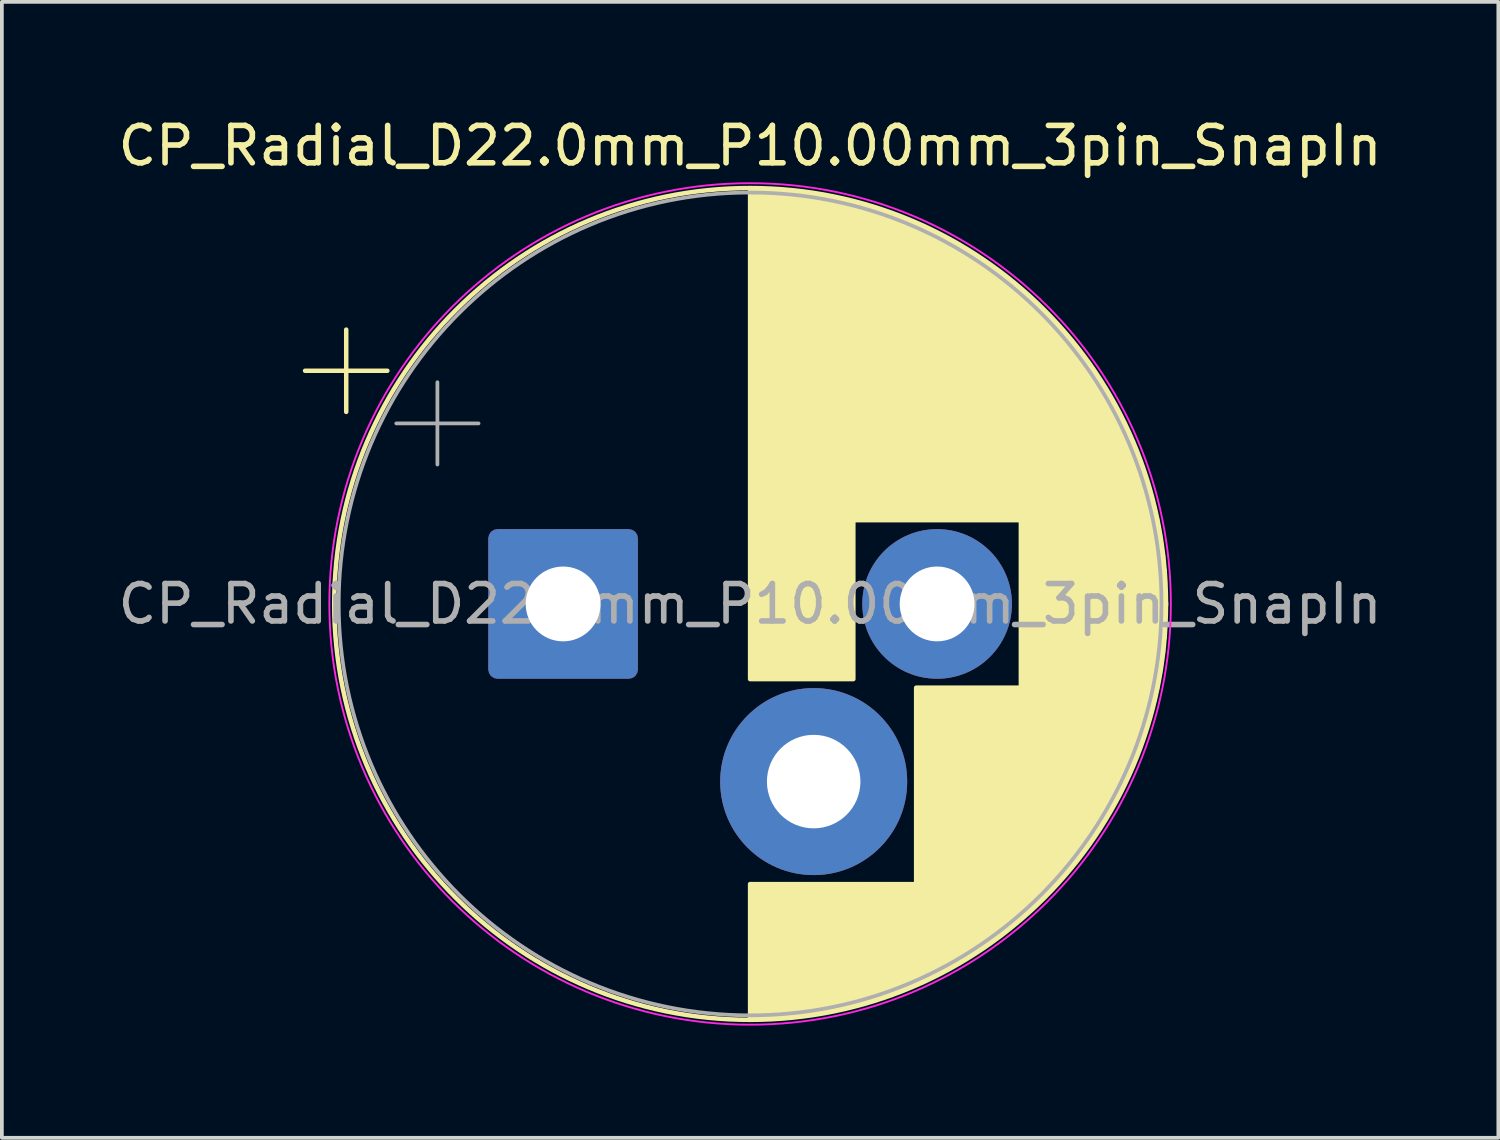
<source format=kicad_pcb>
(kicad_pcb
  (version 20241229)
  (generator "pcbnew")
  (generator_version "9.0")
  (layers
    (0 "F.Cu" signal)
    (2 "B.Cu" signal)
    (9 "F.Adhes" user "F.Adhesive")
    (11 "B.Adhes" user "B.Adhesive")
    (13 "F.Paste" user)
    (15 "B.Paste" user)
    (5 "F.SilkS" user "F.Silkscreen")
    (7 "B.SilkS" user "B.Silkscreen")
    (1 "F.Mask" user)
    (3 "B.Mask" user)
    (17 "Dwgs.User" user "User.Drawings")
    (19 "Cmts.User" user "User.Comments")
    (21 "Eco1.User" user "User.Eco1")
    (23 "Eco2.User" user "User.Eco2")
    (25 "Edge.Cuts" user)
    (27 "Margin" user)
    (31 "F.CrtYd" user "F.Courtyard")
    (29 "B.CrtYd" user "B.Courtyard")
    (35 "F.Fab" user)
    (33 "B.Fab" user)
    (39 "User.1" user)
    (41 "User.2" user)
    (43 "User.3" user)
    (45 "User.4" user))
  (footprint "CP_Radial_D22.0mm_P10.00mm_3pin_SnapIn"
    (layer "F.Cu")
    (at 12.006 13.098)
    (property "Reference" "CP_Radial_D22.0mm_P10.00mm_3pin_SnapIn" (at 5 -12.25 0) (layer "F.SilkS") (effects (font (size 1 1) (thickness 0.15))))
    (attr through_hole)
    (fp_line (start -6.899 -6.235) (end -4.699 -6.235) (stroke (width 0.12) (type solid)) (layer "F.SilkS"))
    (fp_line (start -5.799 -7.335) (end -5.799 -5.135) (stroke (width 0.12) (type solid)) (layer "F.SilkS"))
    (fp_line (start 5 -11.08) (end 5 2.01) (stroke (width 0.12) (type solid)) (layer "F.SilkS"))
    (fp_line (start 5 7.49) (end 5 11.08) (stroke (width 0.12) (type solid)) (layer "F.SilkS"))
    (fp_line (start 5.04 -11.08) (end 5.04 2.01) (stroke (width 0.12) (type solid)) (layer "F.SilkS"))
    (fp_line (start 5.04 7.49) (end 5.04 11.08) (stroke (width 0.12) (type solid)) (layer "F.SilkS"))
    (fp_line (start 5.08 -11.08) (end 5.08 2.01) (stroke (width 0.12) (type solid)) (layer "F.SilkS"))
    (fp_line (start 5.08 7.49) (end 5.08 11.08) (stroke (width 0.12) (type solid)) (layer "F.SilkS"))
    (fp_line (start 5.12 -11.079) (end 5.12 2.01) (stroke (width 0.12) (type solid)) (layer "F.SilkS"))
    (fp_line (start 5.12 7.49) (end 5.12 11.079) (stroke (width 0.12) (type solid)) (layer "F.SilkS"))
    (fp_line (start 5.16 -11.079) (end 5.16 2.01) (stroke (width 0.12) (type solid)) (layer "F.SilkS"))
    (fp_line (start 5.16 7.49) (end 5.16 11.079) (stroke (width 0.12) (type solid)) (layer "F.SilkS"))
    (fp_line (start 5.2 -11.078) (end 5.2 2.01) (stroke (width 0.12) (type solid)) (layer "F.SilkS"))
    (fp_line (start 5.2 7.49) (end 5.2 11.078) (stroke (width 0.12) (type solid)) (layer "F.SilkS"))
    (fp_line (start 5.24 -11.077) (end 5.24 2.01) (stroke (width 0.12) (type solid)) (layer "F.SilkS"))
    (fp_line (start 5.24 7.49) (end 5.24 11.077) (stroke (width 0.12) (type solid)) (layer "F.SilkS"))
    (fp_line (start 5.28 -11.076) (end 5.28 2.01) (stroke (width 0.12) (type solid)) (layer "F.SilkS"))
    (fp_line (start 5.28 7.49) (end 5.28 11.076) (stroke (width 0.12) (type solid)) (layer "F.SilkS"))
    (fp_line (start 5.32 -11.075) (end 5.32 2.01) (stroke (width 0.12) (type solid)) (layer "F.SilkS"))
    (fp_line (start 5.32 7.49) (end 5.32 11.075) (stroke (width 0.12) (type solid)) (layer "F.SilkS"))
    (fp_line (start 5.36 -11.074) (end 5.36 2.01) (stroke (width 0.12) (type solid)) (layer "F.SilkS"))
    (fp_line (start 5.36 7.49) (end 5.36 11.074) (stroke (width 0.12) (type solid)) (layer "F.SilkS"))
    (fp_line (start 5.4 -11.073) (end 5.4 2.01) (stroke (width 0.12) (type solid)) (layer "F.SilkS"))
    (fp_line (start 5.4 7.49) (end 5.4 11.073) (stroke (width 0.12) (type solid)) (layer "F.SilkS"))
    (fp_line (start 5.44 -11.071) (end 5.44 2.01) (stroke (width 0.12) (type solid)) (layer "F.SilkS"))
    (fp_line (start 5.44 7.49) (end 5.44 11.071) (stroke (width 0.12) (type solid)) (layer "F.SilkS"))
    (fp_line (start 5.48 -11.07) (end 5.48 2.01) (stroke (width 0.12) (type solid)) (layer "F.SilkS"))
    (fp_line (start 5.48 7.49) (end 5.48 11.07) (stroke (width 0.12) (type solid)) (layer "F.SilkS"))
    (fp_line (start 5.52 -11.068) (end 5.52 2.01) (stroke (width 0.12) (type solid)) (layer "F.SilkS"))
    (fp_line (start 5.52 7.49) (end 5.52 11.068) (stroke (width 0.12) (type solid)) (layer "F.SilkS"))
    (fp_line (start 5.56 -11.066) (end 5.56 2.01) (stroke (width 0.12) (type solid)) (layer "F.SilkS"))
    (fp_line (start 5.56 7.49) (end 5.56 11.066) (stroke (width 0.12) (type solid)) (layer "F.SilkS"))
    (fp_line (start 5.6 -11.064) (end 5.6 2.01) (stroke (width 0.12) (type solid)) (layer "F.SilkS"))
    (fp_line (start 5.6 7.49) (end 5.6 11.064) (stroke (width 0.12) (type solid)) (layer "F.SilkS"))
    (fp_line (start 5.64 -11.062) (end 5.64 2.01) (stroke (width 0.12) (type solid)) (layer "F.SilkS"))
    (fp_line (start 5.64 7.49) (end 5.64 11.062) (stroke (width 0.12) (type solid)) (layer "F.SilkS"))
    (fp_line (start 5.68 -11.059) (end 5.68 2.01) (stroke (width 0.12) (type solid)) (layer "F.SilkS"))
    (fp_line (start 5.68 7.49) (end 5.68 11.059) (stroke (width 0.12) (type solid)) (layer "F.SilkS"))
    (fp_line (start 5.72 -11.057) (end 5.72 2.01) (stroke (width 0.12) (type solid)) (layer "F.SilkS"))
    (fp_line (start 5.72 7.49) (end 5.72 11.057) (stroke (width 0.12) (type solid)) (layer "F.SilkS"))
    (fp_line (start 5.76 -11.054) (end 5.76 2.01) (stroke (width 0.12) (type solid)) (layer "F.SilkS"))
    (fp_line (start 5.76 7.49) (end 5.76 11.054) (stroke (width 0.12) (type solid)) (layer "F.SilkS"))
    (fp_line (start 5.8 -11.051) (end 5.8 2.01) (stroke (width 0.12) (type solid)) (layer "F.SilkS"))
    (fp_line (start 5.8 7.49) (end 5.8 11.051) (stroke (width 0.12) (type solid)) (layer "F.SilkS"))
    (fp_line (start 5.84 -11.048) (end 5.84 2.01) (stroke (width 0.12) (type solid)) (layer "F.SilkS"))
    (fp_line (start 5.84 7.49) (end 5.84 11.048) (stroke (width 0.12) (type solid)) (layer "F.SilkS"))
    (fp_line (start 5.88 -11.045) (end 5.88 2.01) (stroke (width 0.12) (type solid)) (layer "F.SilkS"))
    (fp_line (start 5.88 7.49) (end 5.88 11.045) (stroke (width 0.12) (type solid)) (layer "F.SilkS"))
    (fp_line (start 5.92 -11.042) (end 5.92 2.01) (stroke (width 0.12) (type solid)) (layer "F.SilkS"))
    (fp_line (start 5.92 7.49) (end 5.92 11.042) (stroke (width 0.12) (type solid)) (layer "F.SilkS"))
    (fp_line (start 5.96 -11.038) (end 5.96 2.01) (stroke (width 0.12) (type solid)) (layer "F.SilkS"))
    (fp_line (start 5.96 7.49) (end 5.96 11.038) (stroke (width 0.12) (type solid)) (layer "F.SilkS"))
    (fp_line (start 6 -11.035) (end 6 2.01) (stroke (width 0.12) (type solid)) (layer "F.SilkS"))
    (fp_line (start 6 7.49) (end 6 11.035) (stroke (width 0.12) (type solid)) (layer "F.SilkS"))
    (fp_line (start 6.04 -11.031) (end 6.04 2.01) (stroke (width 0.12) (type solid)) (layer "F.SilkS"))
    (fp_line (start 6.04 7.49) (end 6.04 11.031) (stroke (width 0.12) (type solid)) (layer "F.SilkS"))
    (fp_line (start 6.08 -11.027) (end 6.08 2.01) (stroke (width 0.12) (type solid)) (layer "F.SilkS"))
    (fp_line (start 6.08 7.49) (end 6.08 11.027) (stroke (width 0.12) (type solid)) (layer "F.SilkS"))
    (fp_line (start 6.12 -11.023) (end 6.12 2.01) (stroke (width 0.12) (type solid)) (layer "F.SilkS"))
    (fp_line (start 6.12 7.49) (end 6.12 11.023) (stroke (width 0.12) (type solid)) (layer "F.SilkS"))
    (fp_line (start 6.16 -11.019) (end 6.16 2.01) (stroke (width 0.12) (type solid)) (layer "F.SilkS"))
    (fp_line (start 6.16 7.49) (end 6.16 11.019) (stroke (width 0.12) (type solid)) (layer "F.SilkS"))
    (fp_line (start 6.2 -11.015) (end 6.2 2.01) (stroke (width 0.12) (type solid)) (layer "F.SilkS"))
    (fp_line (start 6.2 7.49) (end 6.2 11.015) (stroke (width 0.12) (type solid)) (layer "F.SilkS"))
    (fp_line (start 6.24 -11.011) (end 6.24 2.01) (stroke (width 0.12) (type solid)) (layer "F.SilkS"))
    (fp_line (start 6.24 7.49) (end 6.24 11.011) (stroke (width 0.12) (type solid)) (layer "F.SilkS"))
    (fp_line (start 6.28 -11.006) (end 6.28 2.01) (stroke (width 0.12) (type solid)) (layer "F.SilkS"))
    (fp_line (start 6.28 7.49) (end 6.28 11.006) (stroke (width 0.12) (type solid)) (layer "F.SilkS"))
    (fp_line (start 6.32 -11.001) (end 6.32 2.01) (stroke (width 0.12) (type solid)) (layer "F.SilkS"))
    (fp_line (start 6.32 7.49) (end 6.32 11.001) (stroke (width 0.12) (type solid)) (layer "F.SilkS"))
    (fp_line (start 6.36 -10.997) (end 6.36 2.01) (stroke (width 0.12) (type solid)) (layer "F.SilkS"))
    (fp_line (start 6.36 7.49) (end 6.36 10.997) (stroke (width 0.12) (type solid)) (layer "F.SilkS"))
    (fp_line (start 6.4 -10.992) (end 6.4 2.01) (stroke (width 0.12) (type solid)) (layer "F.SilkS"))
    (fp_line (start 6.4 7.49) (end 6.4 10.992) (stroke (width 0.12) (type solid)) (layer "F.SilkS"))
    (fp_line (start 6.44 -10.986) (end 6.44 2.01) (stroke (width 0.12) (type solid)) (layer "F.SilkS"))
    (fp_line (start 6.44 7.49) (end 6.44 10.986) (stroke (width 0.12) (type solid)) (layer "F.SilkS"))
    (fp_line (start 6.48 -10.981) (end 6.48 2.01) (stroke (width 0.12) (type solid)) (layer "F.SilkS"))
    (fp_line (start 6.48 7.49) (end 6.48 10.981) (stroke (width 0.12) (type solid)) (layer "F.SilkS"))
    (fp_line (start 6.52 -10.976) (end 6.52 2.01) (stroke (width 0.12) (type solid)) (layer "F.SilkS"))
    (fp_line (start 6.52 7.49) (end 6.52 10.976) (stroke (width 0.12) (type solid)) (layer "F.SilkS"))
    (fp_line (start 6.56 -10.97) (end 6.56 2.01) (stroke (width 0.12) (type solid)) (layer "F.SilkS"))
    (fp_line (start 6.56 7.49) (end 6.56 10.97) (stroke (width 0.12) (type solid)) (layer "F.SilkS"))
    (fp_line (start 6.6 -10.964) (end 6.6 2.01) (stroke (width 0.12) (type solid)) (layer "F.SilkS"))
    (fp_line (start 6.6 7.49) (end 6.6 10.964) (stroke (width 0.12) (type solid)) (layer "F.SilkS"))
    (fp_line (start 6.64 -10.958) (end 6.64 2.01) (stroke (width 0.12) (type solid)) (layer "F.SilkS"))
    (fp_line (start 6.64 7.49) (end 6.64 10.958) (stroke (width 0.12) (type solid)) (layer "F.SilkS"))
    (fp_line (start 6.68 -10.952) (end 6.68 2.01) (stroke (width 0.12) (type solid)) (layer "F.SilkS"))
    (fp_line (start 6.68 7.49) (end 6.68 10.952) (stroke (width 0.12) (type solid)) (layer "F.SilkS"))
    (fp_line (start 6.72 -10.946) (end 6.72 2.01) (stroke (width 0.12) (type solid)) (layer "F.SilkS"))
    (fp_line (start 6.72 7.49) (end 6.72 10.946) (stroke (width 0.12) (type solid)) (layer "F.SilkS"))
    (fp_line (start 6.76 -10.94) (end 6.76 2.01) (stroke (width 0.12) (type solid)) (layer "F.SilkS"))
    (fp_line (start 6.76 7.49) (end 6.76 10.94) (stroke (width 0.12) (type solid)) (layer "F.SilkS"))
    (fp_line (start 6.8 -10.933) (end 6.8 2.01) (stroke (width 0.12) (type solid)) (layer "F.SilkS"))
    (fp_line (start 6.8 7.49) (end 6.8 10.933) (stroke (width 0.12) (type solid)) (layer "F.SilkS"))
    (fp_line (start 6.84 -10.927) (end 6.84 2.01) (stroke (width 0.12) (type solid)) (layer "F.SilkS"))
    (fp_line (start 6.84 7.49) (end 6.84 10.927) (stroke (width 0.12) (type solid)) (layer "F.SilkS"))
    (fp_line (start 6.88 -10.92) (end 6.88 2.01) (stroke (width 0.12) (type solid)) (layer "F.SilkS"))
    (fp_line (start 6.88 7.49) (end 6.88 10.92) (stroke (width 0.12) (type solid)) (layer "F.SilkS"))
    (fp_line (start 6.92 -10.913) (end 6.92 2.01) (stroke (width 0.12) (type solid)) (layer "F.SilkS"))
    (fp_line (start 6.92 7.49) (end 6.92 10.913) (stroke (width 0.12) (type solid)) (layer "F.SilkS"))
    (fp_line (start 6.96 -10.906) (end 6.96 2.01) (stroke (width 0.12) (type solid)) (layer "F.SilkS"))
    (fp_line (start 6.96 7.49) (end 6.96 10.906) (stroke (width 0.12) (type solid)) (layer "F.SilkS"))
    (fp_line (start 7 -10.899) (end 7 2.01) (stroke (width 0.12) (type solid)) (layer "F.SilkS"))
    (fp_line (start 7 7.49) (end 7 10.899) (stroke (width 0.12) (type solid)) (layer "F.SilkS"))
    (fp_line (start 7.04 -10.891) (end 7.04 2.01) (stroke (width 0.12) (type solid)) (layer "F.SilkS"))
    (fp_line (start 7.04 7.49) (end 7.04 10.891) (stroke (width 0.12) (type solid)) (layer "F.SilkS"))
    (fp_line (start 7.08 -10.884) (end 7.08 2.01) (stroke (width 0.12) (type solid)) (layer "F.SilkS"))
    (fp_line (start 7.08 7.49) (end 7.08 10.884) (stroke (width 0.12) (type solid)) (layer "F.SilkS"))
    (fp_line (start 7.12 -10.876) (end 7.12 2.01) (stroke (width 0.12) (type solid)) (layer "F.SilkS"))
    (fp_line (start 7.12 7.49) (end 7.12 10.876) (stroke (width 0.12) (type solid)) (layer "F.SilkS"))
    (fp_line (start 7.16 -10.868) (end 7.16 2.01) (stroke (width 0.12) (type solid)) (layer "F.SilkS"))
    (fp_line (start 7.16 7.49) (end 7.16 10.868) (stroke (width 0.12) (type solid)) (layer "F.SilkS"))
    (fp_line (start 7.2 -10.86) (end 7.2 2.01) (stroke (width 0.12) (type solid)) (layer "F.SilkS"))
    (fp_line (start 7.2 7.49) (end 7.2 10.86) (stroke (width 0.12) (type solid)) (layer "F.SilkS"))
    (fp_line (start 7.24 -10.852) (end 7.24 2.01) (stroke (width 0.12) (type solid)) (layer "F.SilkS"))
    (fp_line (start 7.24 7.49) (end 7.24 10.852) (stroke (width 0.12) (type solid)) (layer "F.SilkS"))
    (fp_line (start 7.28 -10.844) (end 7.28 2.01) (stroke (width 0.12) (type solid)) (layer "F.SilkS"))
    (fp_line (start 7.28 7.49) (end 7.28 10.844) (stroke (width 0.12) (type solid)) (layer "F.SilkS"))
    (fp_line (start 7.32 -10.835) (end 7.32 2.01) (stroke (width 0.12) (type solid)) (layer "F.SilkS"))
    (fp_line (start 7.32 7.49) (end 7.32 10.835) (stroke (width 0.12) (type solid)) (layer "F.SilkS"))
    (fp_line (start 7.36 -10.827) (end 7.36 2.01) (stroke (width 0.12) (type solid)) (layer "F.SilkS"))
    (fp_line (start 7.36 7.49) (end 7.36 10.827) (stroke (width 0.12) (type solid)) (layer "F.SilkS"))
    (fp_line (start 7.4 -10.818) (end 7.4 2.01) (stroke (width 0.12) (type solid)) (layer "F.SilkS"))
    (fp_line (start 7.4 7.49) (end 7.4 10.818) (stroke (width 0.12) (type solid)) (layer "F.SilkS"))
    (fp_line (start 7.44 -10.809) (end 7.44 2.01) (stroke (width 0.12) (type solid)) (layer "F.SilkS"))
    (fp_line (start 7.44 7.49) (end 7.44 10.809) (stroke (width 0.12) (type solid)) (layer "F.SilkS"))
    (fp_line (start 7.48 -10.8) (end 7.48 2.01) (stroke (width 0.12) (type solid)) (layer "F.SilkS"))
    (fp_line (start 7.48 7.49) (end 7.48 10.8) (stroke (width 0.12) (type solid)) (layer "F.SilkS"))
    (fp_line (start 7.52 -10.791) (end 7.52 2.01) (stroke (width 0.12) (type solid)) (layer "F.SilkS"))
    (fp_line (start 7.52 7.49) (end 7.52 10.791) (stroke (width 0.12) (type solid)) (layer "F.SilkS"))
    (fp_line (start 7.56 -10.781) (end 7.56 2.01) (stroke (width 0.12) (type solid)) (layer "F.SilkS"))
    (fp_line (start 7.56 7.49) (end 7.56 10.781) (stroke (width 0.12) (type solid)) (layer "F.SilkS"))
    (fp_line (start 7.6 -10.772) (end 7.6 2.01) (stroke (width 0.12) (type solid)) (layer "F.SilkS"))
    (fp_line (start 7.6 7.49) (end 7.6 10.772) (stroke (width 0.12) (type solid)) (layer "F.SilkS"))
    (fp_line (start 7.64 -10.762) (end 7.64 2.01) (stroke (width 0.12) (type solid)) (layer "F.SilkS"))
    (fp_line (start 7.64 7.49) (end 7.64 10.762) (stroke (width 0.12) (type solid)) (layer "F.SilkS"))
    (fp_line (start 7.68 -10.752) (end 7.68 2.01) (stroke (width 0.12) (type solid)) (layer "F.SilkS"))
    (fp_line (start 7.68 7.49) (end 7.68 10.752) (stroke (width 0.12) (type solid)) (layer "F.SilkS"))
    (fp_line (start 7.72 -10.742) (end 7.72 2.01) (stroke (width 0.12) (type solid)) (layer "F.SilkS"))
    (fp_line (start 7.72 7.49) (end 7.72 10.742) (stroke (width 0.12) (type solid)) (layer "F.SilkS"))
    (fp_line (start 7.76 -10.732) (end 7.76 2.01) (stroke (width 0.12) (type solid)) (layer "F.SilkS"))
    (fp_line (start 7.76 7.49) (end 7.76 10.732) (stroke (width 0.12) (type solid)) (layer "F.SilkS"))
    (fp_line (start 7.8 -10.722) (end 7.8 -2.24) (stroke (width 0.12) (type solid)) (layer "F.SilkS"))
    (fp_line (start 7.8 7.49) (end 7.8 10.722) (stroke (width 0.12) (type solid)) (layer "F.SilkS"))
    (fp_line (start 7.84 -10.711) (end 7.84 -2.24) (stroke (width 0.12) (type solid)) (layer "F.SilkS"))
    (fp_line (start 7.84 7.49) (end 7.84 10.711) (stroke (width 0.12) (type solid)) (layer "F.SilkS"))
    (fp_line (start 7.88 -10.701) (end 7.88 -2.24) (stroke (width 0.12) (type solid)) (layer "F.SilkS"))
    (fp_line (start 7.88 7.49) (end 7.88 10.701) (stroke (width 0.12) (type solid)) (layer "F.SilkS"))
    (fp_line (start 7.92 -10.69) (end 7.92 -2.24) (stroke (width 0.12) (type solid)) (layer "F.SilkS"))
    (fp_line (start 7.92 7.49) (end 7.92 10.69) (stroke (width 0.12) (type solid)) (layer "F.SilkS"))
    (fp_line (start 7.96 -10.679) (end 7.96 -2.24) (stroke (width 0.12) (type solid)) (layer "F.SilkS"))
    (fp_line (start 7.96 7.49) (end 7.96 10.679) (stroke (width 0.12) (type solid)) (layer "F.SilkS"))
    (fp_line (start 8 -10.668) (end 8 -2.24) (stroke (width 0.12) (type solid)) (layer "F.SilkS"))
    (fp_line (start 8 7.49) (end 8 10.668) (stroke (width 0.12) (type solid)) (layer "F.SilkS"))
    (fp_line (start 8.04 -10.656) (end 8.04 -2.24) (stroke (width 0.12) (type solid)) (layer "F.SilkS"))
    (fp_line (start 8.04 7.49) (end 8.04 10.656) (stroke (width 0.12) (type solid)) (layer "F.SilkS"))
    (fp_line (start 8.08 -10.645) (end 8.08 -2.24) (stroke (width 0.12) (type solid)) (layer "F.SilkS"))
    (fp_line (start 8.08 7.49) (end 8.08 10.645) (stroke (width 0.12) (type solid)) (layer "F.SilkS"))
    (fp_line (start 8.12 -10.633) (end 8.12 -2.24) (stroke (width 0.12) (type solid)) (layer "F.SilkS"))
    (fp_line (start 8.12 7.49) (end 8.12 10.633) (stroke (width 0.12) (type solid)) (layer "F.SilkS"))
    (fp_line (start 8.16 -10.622) (end 8.16 -2.24) (stroke (width 0.12) (type solid)) (layer "F.SilkS"))
    (fp_line (start 8.16 7.49) (end 8.16 10.622) (stroke (width 0.12) (type solid)) (layer "F.SilkS"))
    (fp_line (start 8.2 -10.61) (end 8.2 -2.24) (stroke (width 0.12) (type solid)) (layer "F.SilkS"))
    (fp_line (start 8.2 7.49) (end 8.2 10.61) (stroke (width 0.12) (type solid)) (layer "F.SilkS"))
    (fp_line (start 8.24 -10.598) (end 8.24 -2.24) (stroke (width 0.12) (type solid)) (layer "F.SilkS"))
    (fp_line (start 8.24 7.49) (end 8.24 10.598) (stroke (width 0.12) (type solid)) (layer "F.SilkS"))
    (fp_line (start 8.28 -10.585) (end 8.28 -2.24) (stroke (width 0.12) (type solid)) (layer "F.SilkS"))
    (fp_line (start 8.28 7.49) (end 8.28 10.585) (stroke (width 0.12) (type solid)) (layer "F.SilkS"))
    (fp_line (start 8.32 -10.573) (end 8.32 -2.24) (stroke (width 0.12) (type solid)) (layer "F.SilkS"))
    (fp_line (start 8.32 7.49) (end 8.32 10.573) (stroke (width 0.12) (type solid)) (layer "F.SilkS"))
    (fp_line (start 8.36 -10.56) (end 8.36 -2.24) (stroke (width 0.12) (type solid)) (layer "F.SilkS"))
    (fp_line (start 8.36 7.49) (end 8.36 10.56) (stroke (width 0.12) (type solid)) (layer "F.SilkS"))
    (fp_line (start 8.4 -10.547) (end 8.4 -2.24) (stroke (width 0.12) (type solid)) (layer "F.SilkS"))
    (fp_line (start 8.4 7.49) (end 8.4 10.547) (stroke (width 0.12) (type solid)) (layer "F.SilkS"))
    (fp_line (start 8.44 -10.535) (end 8.44 -2.24) (stroke (width 0.12) (type solid)) (layer "F.SilkS"))
    (fp_line (start 8.44 7.49) (end 8.44 10.535) (stroke (width 0.12) (type solid)) (layer "F.SilkS"))
    (fp_line (start 8.48 -10.521) (end 8.48 -2.24) (stroke (width 0.12) (type solid)) (layer "F.SilkS"))
    (fp_line (start 8.48 7.49) (end 8.48 10.521) (stroke (width 0.12) (type solid)) (layer "F.SilkS"))
    (fp_line (start 8.52 -10.508) (end 8.52 -2.24) (stroke (width 0.12) (type solid)) (layer "F.SilkS"))
    (fp_line (start 8.52 7.49) (end 8.52 10.508) (stroke (width 0.12) (type solid)) (layer "F.SilkS"))
    (fp_line (start 8.56 -10.495) (end 8.56 -2.24) (stroke (width 0.12) (type solid)) (layer "F.SilkS"))
    (fp_line (start 8.56 7.49) (end 8.56 10.495) (stroke (width 0.12) (type solid)) (layer "F.SilkS"))
    (fp_line (start 8.6 -10.481) (end 8.6 -2.24) (stroke (width 0.12) (type solid)) (layer "F.SilkS"))
    (fp_line (start 8.6 7.49) (end 8.6 10.481) (stroke (width 0.12) (type solid)) (layer "F.SilkS"))
    (fp_line (start 8.64 -10.467) (end 8.64 -2.24) (stroke (width 0.12) (type solid)) (layer "F.SilkS"))
    (fp_line (start 8.64 7.49) (end 8.64 10.467) (stroke (width 0.12) (type solid)) (layer "F.SilkS"))
    (fp_line (start 8.68 -10.453) (end 8.68 -2.24) (stroke (width 0.12) (type solid)) (layer "F.SilkS"))
    (fp_line (start 8.68 7.49) (end 8.68 10.453) (stroke (width 0.12) (type solid)) (layer "F.SilkS"))
    (fp_line (start 8.72 -10.439) (end 8.72 -2.24) (stroke (width 0.12) (type solid)) (layer "F.SilkS"))
    (fp_line (start 8.72 7.49) (end 8.72 10.439) (stroke (width 0.12) (type solid)) (layer "F.SilkS"))
    (fp_line (start 8.76 -10.425) (end 8.76 -2.24) (stroke (width 0.12) (type solid)) (layer "F.SilkS"))
    (fp_line (start 8.76 7.49) (end 8.76 10.425) (stroke (width 0.12) (type solid)) (layer "F.SilkS"))
    (fp_line (start 8.8 -10.411) (end 8.8 -2.24) (stroke (width 0.12) (type solid)) (layer "F.SilkS"))
    (fp_line (start 8.8 7.49) (end 8.8 10.411) (stroke (width 0.12) (type solid)) (layer "F.SilkS"))
    (fp_line (start 8.84 -10.396) (end 8.84 -2.24) (stroke (width 0.12) (type solid)) (layer "F.SilkS"))
    (fp_line (start 8.84 7.49) (end 8.84 10.396) (stroke (width 0.12) (type solid)) (layer "F.SilkS"))
    (fp_line (start 8.88 -10.381) (end 8.88 -2.24) (stroke (width 0.12) (type solid)) (layer "F.SilkS"))
    (fp_line (start 8.88 7.49) (end 8.88 10.381) (stroke (width 0.12) (type solid)) (layer "F.SilkS"))
    (fp_line (start 8.92 -10.366) (end 8.92 -2.24) (stroke (width 0.12) (type solid)) (layer "F.SilkS"))
    (fp_line (start 8.92 7.49) (end 8.92 10.366) (stroke (width 0.12) (type solid)) (layer "F.SilkS"))
    (fp_line (start 8.96 -10.351) (end 8.96 -2.24) (stroke (width 0.12) (type solid)) (layer "F.SilkS"))
    (fp_line (start 8.96 7.49) (end 8.96 10.351) (stroke (width 0.12) (type solid)) (layer "F.SilkS"))
    (fp_line (start 9 -10.336) (end 9 -2.24) (stroke (width 0.12) (type solid)) (layer "F.SilkS"))
    (fp_line (start 9 7.49) (end 9 10.336) (stroke (width 0.12) (type solid)) (layer "F.SilkS"))
    (fp_line (start 9.04 -10.32) (end 9.04 -2.24) (stroke (width 0.12) (type solid)) (layer "F.SilkS"))
    (fp_line (start 9.04 7.49) (end 9.04 10.32) (stroke (width 0.12) (type solid)) (layer "F.SilkS"))
    (fp_line (start 9.08 -10.304) (end 9.08 -2.24) (stroke (width 0.12) (type solid)) (layer "F.SilkS"))
    (fp_line (start 9.08 7.49) (end 9.08 10.304) (stroke (width 0.12) (type solid)) (layer "F.SilkS"))
    (fp_line (start 9.12 -10.289) (end 9.12 -2.24) (stroke (width 0.12) (type solid)) (layer "F.SilkS"))
    (fp_line (start 9.12 7.49) (end 9.12 10.289) (stroke (width 0.12) (type solid)) (layer "F.SilkS"))
    (fp_line (start 9.16 -10.273) (end 9.16 -2.24) (stroke (width 0.12) (type solid)) (layer "F.SilkS"))
    (fp_line (start 9.16 7.49) (end 9.16 10.273) (stroke (width 0.12) (type solid)) (layer "F.SilkS"))
    (fp_line (start 9.2 -10.256) (end 9.2 -2.24) (stroke (width 0.12) (type solid)) (layer "F.SilkS"))
    (fp_line (start 9.2 7.49) (end 9.2 10.256) (stroke (width 0.12) (type solid)) (layer "F.SilkS"))
    (fp_line (start 9.24 -10.24) (end 9.24 -2.24) (stroke (width 0.12) (type solid)) (layer "F.SilkS"))
    (fp_line (start 9.24 7.49) (end 9.24 10.24) (stroke (width 0.12) (type solid)) (layer "F.SilkS"))
    (fp_line (start 9.28 -10.223) (end 9.28 -2.24) (stroke (width 0.12) (type solid)) (layer "F.SilkS"))
    (fp_line (start 9.28 7.49) (end 9.28 10.223) (stroke (width 0.12) (type solid)) (layer "F.SilkS"))
    (fp_line (start 9.32 -10.207) (end 9.32 -2.24) (stroke (width 0.12) (type solid)) (layer "F.SilkS"))
    (fp_line (start 9.32 7.49) (end 9.32 10.207) (stroke (width 0.12) (type solid)) (layer "F.SilkS"))
    (fp_line (start 9.36 -10.19) (end 9.36 -2.24) (stroke (width 0.12) (type solid)) (layer "F.SilkS"))
    (fp_line (start 9.36 7.49) (end 9.36 10.19) (stroke (width 0.12) (type solid)) (layer "F.SilkS"))
    (fp_line (start 9.4 -10.172) (end 9.4 -2.24) (stroke (width 0.12) (type solid)) (layer "F.SilkS"))
    (fp_line (start 9.4 7.49) (end 9.4 10.172) (stroke (width 0.12) (type solid)) (layer "F.SilkS"))
    (fp_line (start 9.44 -10.155) (end 9.44 -2.24) (stroke (width 0.12) (type solid)) (layer "F.SilkS"))
    (fp_line (start 9.44 2.24) (end 9.44 10.155) (stroke (width 0.12) (type solid)) (layer "F.SilkS"))
    (fp_line (start 9.48 -10.138) (end 9.48 -2.24) (stroke (width 0.12) (type solid)) (layer "F.SilkS"))
    (fp_line (start 9.48 2.24) (end 9.48 10.138) (stroke (width 0.12) (type solid)) (layer "F.SilkS"))
    (fp_line (start 9.52 -10.12) (end 9.52 -2.24) (stroke (width 0.12) (type solid)) (layer "F.SilkS"))
    (fp_line (start 9.52 2.24) (end 9.52 10.12) (stroke (width 0.12) (type solid)) (layer "F.SilkS"))
    (fp_line (start 9.56 -10.102) (end 9.56 -2.24) (stroke (width 0.12) (type solid)) (layer "F.SilkS"))
    (fp_line (start 9.56 2.24) (end 9.56 10.102) (stroke (width 0.12) (type solid)) (layer "F.SilkS"))
    (fp_line (start 9.6 -10.084) (end 9.6 -2.24) (stroke (width 0.12) (type solid)) (layer "F.SilkS"))
    (fp_line (start 9.6 2.24) (end 9.6 10.084) (stroke (width 0.12) (type solid)) (layer "F.SilkS"))
    (fp_line (start 9.64 -10.066) (end 9.64 -2.24) (stroke (width 0.12) (type solid)) (layer "F.SilkS"))
    (fp_line (start 9.64 2.24) (end 9.64 10.066) (stroke (width 0.12) (type solid)) (layer "F.SilkS"))
    (fp_line (start 9.68 -10.047) (end 9.68 -2.24) (stroke (width 0.12) (type solid)) (layer "F.SilkS"))
    (fp_line (start 9.68 2.24) (end 9.68 10.047) (stroke (width 0.12) (type solid)) (layer "F.SilkS"))
    (fp_line (start 9.72 -10.029) (end 9.72 -2.24) (stroke (width 0.12) (type solid)) (layer "F.SilkS"))
    (fp_line (start 9.72 2.24) (end 9.72 10.029) (stroke (width 0.12) (type solid)) (layer "F.SilkS"))
    (fp_line (start 9.76 -10.01) (end 9.76 -2.24) (stroke (width 0.12) (type solid)) (layer "F.SilkS"))
    (fp_line (start 9.76 2.24) (end 9.76 10.01) (stroke (width 0.12) (type solid)) (layer "F.SilkS"))
    (fp_line (start 9.8 -9.991) (end 9.8 -2.24) (stroke (width 0.12) (type solid)) (layer "F.SilkS"))
    (fp_line (start 9.8 2.24) (end 9.8 9.991) (stroke (width 0.12) (type solid)) (layer "F.SilkS"))
    (fp_line (start 9.84 -9.971) (end 9.84 -2.24) (stroke (width 0.12) (type solid)) (layer "F.SilkS"))
    (fp_line (start 9.84 2.24) (end 9.84 9.971) (stroke (width 0.12) (type solid)) (layer "F.SilkS"))
    (fp_line (start 9.88 -9.952) (end 9.88 -2.24) (stroke (width 0.12) (type solid)) (layer "F.SilkS"))
    (fp_line (start 9.88 2.24) (end 9.88 9.952) (stroke (width 0.12) (type solid)) (layer "F.SilkS"))
    (fp_line (start 9.92 -9.932) (end 9.92 -2.24) (stroke (width 0.12) (type solid)) (layer "F.SilkS"))
    (fp_line (start 9.92 2.24) (end 9.92 9.932) (stroke (width 0.12) (type solid)) (layer "F.SilkS"))
    (fp_line (start 9.96 -9.913) (end 9.96 -2.24) (stroke (width 0.12) (type solid)) (layer "F.SilkS"))
    (fp_line (start 9.96 2.24) (end 9.96 9.913) (stroke (width 0.12) (type solid)) (layer "F.SilkS"))
    (fp_line (start 10 -9.892) (end 10 -2.24) (stroke (width 0.12) (type solid)) (layer "F.SilkS"))
    (fp_line (start 10 2.24) (end 10 9.892) (stroke (width 0.12) (type solid)) (layer "F.SilkS"))
    (fp_line (start 10.04 -9.872) (end 10.04 -2.24) (stroke (width 0.12) (type solid)) (layer "F.SilkS"))
    (fp_line (start 10.04 2.24) (end 10.04 9.872) (stroke (width 0.12) (type solid)) (layer "F.SilkS"))
    (fp_line (start 10.08 -9.852) (end 10.08 -2.24) (stroke (width 0.12) (type solid)) (layer "F.SilkS"))
    (fp_line (start 10.08 2.24) (end 10.08 9.852) (stroke (width 0.12) (type solid)) (layer "F.SilkS"))
    (fp_line (start 10.12 -9.831) (end 10.12 -2.24) (stroke (width 0.12) (type solid)) (layer "F.SilkS"))
    (fp_line (start 10.12 2.24) (end 10.12 9.831) (stroke (width 0.12) (type solid)) (layer "F.SilkS"))
    (fp_line (start 10.16 -9.81) (end 10.16 -2.24) (stroke (width 0.12) (type solid)) (layer "F.SilkS"))
    (fp_line (start 10.16 2.24) (end 10.16 9.81) (stroke (width 0.12) (type solid)) (layer "F.SilkS"))
    (fp_line (start 10.2 -9.789) (end 10.2 -2.24) (stroke (width 0.12) (type solid)) (layer "F.SilkS"))
    (fp_line (start 10.2 2.24) (end 10.2 9.789) (stroke (width 0.12) (type solid)) (layer "F.SilkS"))
    (fp_line (start 10.24 -9.768) (end 10.24 -2.24) (stroke (width 0.12) (type solid)) (layer "F.SilkS"))
    (fp_line (start 10.24 2.24) (end 10.24 9.768) (stroke (width 0.12) (type solid)) (layer "F.SilkS"))
    (fp_line (start 10.28 -9.747) (end 10.28 -2.24) (stroke (width 0.12) (type solid)) (layer "F.SilkS"))
    (fp_line (start 10.28 2.24) (end 10.28 9.747) (stroke (width 0.12) (type solid)) (layer "F.SilkS"))
    (fp_line (start 10.32 -9.725) (end 10.32 -2.24) (stroke (width 0.12) (type solid)) (layer "F.SilkS"))
    (fp_line (start 10.32 2.24) (end 10.32 9.725) (stroke (width 0.12) (type solid)) (layer "F.SilkS"))
    (fp_line (start 10.36 -9.703) (end 10.36 -2.24) (stroke (width 0.12) (type solid)) (layer "F.SilkS"))
    (fp_line (start 10.36 2.24) (end 10.36 9.703) (stroke (width 0.12) (type solid)) (layer "F.SilkS"))
    (fp_line (start 10.4 -9.681) (end 10.4 -2.24) (stroke (width 0.12) (type solid)) (layer "F.SilkS"))
    (fp_line (start 10.4 2.24) (end 10.4 9.681) (stroke (width 0.12) (type solid)) (layer "F.SilkS"))
    (fp_line (start 10.44 -9.658) (end 10.44 -2.24) (stroke (width 0.12) (type solid)) (layer "F.SilkS"))
    (fp_line (start 10.44 2.24) (end 10.44 9.658) (stroke (width 0.12) (type solid)) (layer "F.SilkS"))
    (fp_line (start 10.48 -9.636) (end 10.48 -2.24) (stroke (width 0.12) (type solid)) (layer "F.SilkS"))
    (fp_line (start 10.48 2.24) (end 10.48 9.636) (stroke (width 0.12) (type solid)) (layer "F.SilkS"))
    (fp_line (start 10.52 -9.613) (end 10.52 -2.24) (stroke (width 0.12) (type solid)) (layer "F.SilkS"))
    (fp_line (start 10.52 2.24) (end 10.52 9.613) (stroke (width 0.12) (type solid)) (layer "F.SilkS"))
    (fp_line (start 10.56 -9.59) (end 10.56 -2.24) (stroke (width 0.12) (type solid)) (layer "F.SilkS"))
    (fp_line (start 10.56 2.24) (end 10.56 9.59) (stroke (width 0.12) (type solid)) (layer "F.SilkS"))
    (fp_line (start 10.6 -9.567) (end 10.6 -2.24) (stroke (width 0.12) (type solid)) (layer "F.SilkS"))
    (fp_line (start 10.6 2.24) (end 10.6 9.567) (stroke (width 0.12) (type solid)) (layer "F.SilkS"))
    (fp_line (start 10.64 -9.544) (end 10.64 -2.24) (stroke (width 0.12) (type solid)) (layer "F.SilkS"))
    (fp_line (start 10.64 2.24) (end 10.64 9.544) (stroke (width 0.12) (type solid)) (layer "F.SilkS"))
    (fp_line (start 10.68 -9.52) (end 10.68 -2.24) (stroke (width 0.12) (type solid)) (layer "F.SilkS"))
    (fp_line (start 10.68 2.24) (end 10.68 9.52) (stroke (width 0.12) (type solid)) (layer "F.SilkS"))
    (fp_line (start 10.72 -9.496) (end 10.72 -2.24) (stroke (width 0.12) (type solid)) (layer "F.SilkS"))
    (fp_line (start 10.72 2.24) (end 10.72 9.496) (stroke (width 0.12) (type solid)) (layer "F.SilkS"))
    (fp_line (start 10.76 -9.472) (end 10.76 -2.24) (stroke (width 0.12) (type solid)) (layer "F.SilkS"))
    (fp_line (start 10.76 2.24) (end 10.76 9.472) (stroke (width 0.12) (type solid)) (layer "F.SilkS"))
    (fp_line (start 10.8 -9.448) (end 10.8 -2.24) (stroke (width 0.12) (type solid)) (layer "F.SilkS"))
    (fp_line (start 10.8 2.24) (end 10.8 9.448) (stroke (width 0.12) (type solid)) (layer "F.SilkS"))
    (fp_line (start 10.84 -9.423) (end 10.84 -2.24) (stroke (width 0.12) (type solid)) (layer "F.SilkS"))
    (fp_line (start 10.84 2.24) (end 10.84 9.423) (stroke (width 0.12) (type solid)) (layer "F.SilkS"))
    (fp_line (start 10.88 -9.398) (end 10.88 -2.24) (stroke (width 0.12) (type solid)) (layer "F.SilkS"))
    (fp_line (start 10.88 2.24) (end 10.88 9.398) (stroke (width 0.12) (type solid)) (layer "F.SilkS"))
    (fp_line (start 10.92 -9.373) (end 10.92 -2.24) (stroke (width 0.12) (type solid)) (layer "F.SilkS"))
    (fp_line (start 10.92 2.24) (end 10.92 9.373) (stroke (width 0.12) (type solid)) (layer "F.SilkS"))
    (fp_line (start 10.96 -9.348) (end 10.96 -2.24) (stroke (width 0.12) (type solid)) (layer "F.SilkS"))
    (fp_line (start 10.96 2.24) (end 10.96 9.348) (stroke (width 0.12) (type solid)) (layer "F.SilkS"))
    (fp_line (start 11 -9.322) (end 11 -2.24) (stroke (width 0.12) (type solid)) (layer "F.SilkS"))
    (fp_line (start 11 2.24) (end 11 9.322) (stroke (width 0.12) (type solid)) (layer "F.SilkS"))
    (fp_line (start 11.04 -9.297) (end 11.04 -2.24) (stroke (width 0.12) (type solid)) (layer "F.SilkS"))
    (fp_line (start 11.04 2.24) (end 11.04 9.297) (stroke (width 0.12) (type solid)) (layer "F.SilkS"))
    (fp_line (start 11.08 -9.271) (end 11.08 -2.24) (stroke (width 0.12) (type solid)) (layer "F.SilkS"))
    (fp_line (start 11.08 2.24) (end 11.08 9.271) (stroke (width 0.12) (type solid)) (layer "F.SilkS"))
    (fp_line (start 11.12 -9.244) (end 11.12 -2.24) (stroke (width 0.12) (type solid)) (layer "F.SilkS"))
    (fp_line (start 11.12 2.24) (end 11.12 9.244) (stroke (width 0.12) (type solid)) (layer "F.SilkS"))
    (fp_line (start 11.16 -9.218) (end 11.16 -2.24) (stroke (width 0.12) (type solid)) (layer "F.SilkS"))
    (fp_line (start 11.16 2.24) (end 11.16 9.218) (stroke (width 0.12) (type solid)) (layer "F.SilkS"))
    (fp_line (start 11.2 -9.191) (end 11.2 -2.24) (stroke (width 0.12) (type solid)) (layer "F.SilkS"))
    (fp_line (start 11.2 2.24) (end 11.2 9.191) (stroke (width 0.12) (type solid)) (layer "F.SilkS"))
    (fp_line (start 11.24 -9.164) (end 11.24 -2.24) (stroke (width 0.12) (type solid)) (layer "F.SilkS"))
    (fp_line (start 11.24 2.24) (end 11.24 9.164) (stroke (width 0.12) (type solid)) (layer "F.SilkS"))
    (fp_line (start 11.28 -9.137) (end 11.28 -2.24) (stroke (width 0.12) (type solid)) (layer "F.SilkS"))
    (fp_line (start 11.28 2.24) (end 11.28 9.137) (stroke (width 0.12) (type solid)) (layer "F.SilkS"))
    (fp_line (start 11.32 -9.109) (end 11.32 -2.24) (stroke (width 0.12) (type solid)) (layer "F.SilkS"))
    (fp_line (start 11.32 2.24) (end 11.32 9.109) (stroke (width 0.12) (type solid)) (layer "F.SilkS"))
    (fp_line (start 11.36 -9.082) (end 11.36 -2.24) (stroke (width 0.12) (type solid)) (layer "F.SilkS"))
    (fp_line (start 11.36 2.24) (end 11.36 9.082) (stroke (width 0.12) (type solid)) (layer "F.SilkS"))
    (fp_line (start 11.4 -9.054) (end 11.4 -2.24) (stroke (width 0.12) (type solid)) (layer "F.SilkS"))
    (fp_line (start 11.4 2.24) (end 11.4 9.054) (stroke (width 0.12) (type solid)) (layer "F.SilkS"))
    (fp_line (start 11.44 -9.025) (end 11.44 -2.24) (stroke (width 0.12) (type solid)) (layer "F.SilkS"))
    (fp_line (start 11.44 2.24) (end 11.44 9.025) (stroke (width 0.12) (type solid)) (layer "F.SilkS"))
    (fp_line (start 11.48 -8.997) (end 11.48 -2.24) (stroke (width 0.12) (type solid)) (layer "F.SilkS"))
    (fp_line (start 11.48 2.24) (end 11.48 8.997) (stroke (width 0.12) (type solid)) (layer "F.SilkS"))
    (fp_line (start 11.52 -8.968) (end 11.52 -2.24) (stroke (width 0.12) (type solid)) (layer "F.SilkS"))
    (fp_line (start 11.52 2.24) (end 11.52 8.968) (stroke (width 0.12) (type solid)) (layer "F.SilkS"))
    (fp_line (start 11.56 -8.939) (end 11.56 -2.24) (stroke (width 0.12) (type solid)) (layer "F.SilkS"))
    (fp_line (start 11.56 2.24) (end 11.56 8.939) (stroke (width 0.12) (type solid)) (layer "F.SilkS"))
    (fp_line (start 11.6 -8.91) (end 11.6 -2.24) (stroke (width 0.12) (type solid)) (layer "F.SilkS"))
    (fp_line (start 11.6 2.24) (end 11.6 8.91) (stroke (width 0.12) (type solid)) (layer "F.SilkS"))
    (fp_line (start 11.64 -8.88) (end 11.64 -2.24) (stroke (width 0.12) (type solid)) (layer "F.SilkS"))
    (fp_line (start 11.64 2.24) (end 11.64 8.88) (stroke (width 0.12) (type solid)) (layer "F.SilkS"))
    (fp_line (start 11.68 -8.85) (end 11.68 -2.24) (stroke (width 0.12) (type solid)) (layer "F.SilkS"))
    (fp_line (start 11.68 2.24) (end 11.68 8.85) (stroke (width 0.12) (type solid)) (layer "F.SilkS"))
    (fp_line (start 11.72 -8.82) (end 11.72 -2.24) (stroke (width 0.12) (type solid)) (layer "F.SilkS"))
    (fp_line (start 11.72 2.24) (end 11.72 8.82) (stroke (width 0.12) (type solid)) (layer "F.SilkS"))
    (fp_line (start 11.76 -8.789) (end 11.76 -2.24) (stroke (width 0.12) (type solid)) (layer "F.SilkS"))
    (fp_line (start 11.76 2.24) (end 11.76 8.789) (stroke (width 0.12) (type solid)) (layer "F.SilkS"))
    (fp_line (start 11.8 -8.759) (end 11.8 -2.24) (stroke (width 0.12) (type solid)) (layer "F.SilkS"))
    (fp_line (start 11.8 2.24) (end 11.8 8.759) (stroke (width 0.12) (type solid)) (layer "F.SilkS"))
    (fp_line (start 11.84 -8.727) (end 11.84 -2.24) (stroke (width 0.12) (type solid)) (layer "F.SilkS"))
    (fp_line (start 11.84 2.24) (end 11.84 8.727) (stroke (width 0.12) (type solid)) (layer "F.SilkS"))
    (fp_line (start 11.88 -8.696) (end 11.88 -2.24) (stroke (width 0.12) (type solid)) (layer "F.SilkS"))
    (fp_line (start 11.88 2.24) (end 11.88 8.696) (stroke (width 0.12) (type solid)) (layer "F.SilkS"))
    (fp_line (start 11.92 -8.664) (end 11.92 -2.24) (stroke (width 0.12) (type solid)) (layer "F.SilkS"))
    (fp_line (start 11.92 2.24) (end 11.92 8.664) (stroke (width 0.12) (type solid)) (layer "F.SilkS"))
    (fp_line (start 11.96 -8.633) (end 11.96 -2.24) (stroke (width 0.12) (type solid)) (layer "F.SilkS"))
    (fp_line (start 11.96 2.24) (end 11.96 8.633) (stroke (width 0.12) (type solid)) (layer "F.SilkS"))
    (fp_line (start 12 -8.6) (end 12 -2.24) (stroke (width 0.12) (type solid)) (layer "F.SilkS"))
    (fp_line (start 12 2.24) (end 12 8.6) (stroke (width 0.12) (type solid)) (layer "F.SilkS"))
    (fp_line (start 12.04 -8.568) (end 12.04 -2.24) (stroke (width 0.12) (type solid)) (layer "F.SilkS"))
    (fp_line (start 12.04 2.24) (end 12.04 8.568) (stroke (width 0.12) (type solid)) (layer "F.SilkS"))
    (fp_line (start 12.08 -8.535) (end 12.08 -2.24) (stroke (width 0.12) (type solid)) (layer "F.SilkS"))
    (fp_line (start 12.08 2.24) (end 12.08 8.535) (stroke (width 0.12) (type solid)) (layer "F.SilkS"))
    (fp_line (start 12.12 -8.502) (end 12.12 -2.24) (stroke (width 0.12) (type solid)) (layer "F.SilkS"))
    (fp_line (start 12.12 2.24) (end 12.12 8.502) (stroke (width 0.12) (type solid)) (layer "F.SilkS"))
    (fp_line (start 12.16 -8.468) (end 12.16 -2.24) (stroke (width 0.12) (type solid)) (layer "F.SilkS"))
    (fp_line (start 12.16 2.24) (end 12.16 8.468) (stroke (width 0.12) (type solid)) (layer "F.SilkS"))
    (fp_line (start 12.2 -8.434) (end 12.2 -2.24) (stroke (width 0.12) (type solid)) (layer "F.SilkS"))
    (fp_line (start 12.2 2.24) (end 12.2 8.434) (stroke (width 0.12) (type solid)) (layer "F.SilkS"))
    (fp_line (start 12.24 -8.4) (end 12.24 8.4) (stroke (width 0.12) (type solid)) (layer "F.SilkS"))
    (fp_line (start 12.28 -8.366) (end 12.28 8.366) (stroke (width 0.12) (type solid)) (layer "F.SilkS"))
    (fp_line (start 12.32 -8.331) (end 12.32 8.331) (stroke (width 0.12) (type solid)) (layer "F.SilkS"))
    (fp_line (start 12.36 -8.296) (end 12.36 8.296) (stroke (width 0.12) (type solid)) (layer "F.SilkS"))
    (fp_line (start 12.4 -8.26) (end 12.4 8.26) (stroke (width 0.12) (type solid)) (layer "F.SilkS"))
    (fp_line (start 12.44 -8.224) (end 12.44 8.224) (stroke (width 0.12) (type solid)) (layer "F.SilkS"))
    (fp_line (start 12.48 -8.188) (end 12.48 8.188) (stroke (width 0.12) (type solid)) (layer "F.SilkS"))
    (fp_line (start 12.52 -8.152) (end 12.52 8.152) (stroke (width 0.12) (type solid)) (layer "F.SilkS"))
    (fp_line (start 12.56 -8.115) (end 12.56 8.115) (stroke (width 0.12) (type solid)) (layer "F.SilkS"))
    (fp_line (start 12.6 -8.078) (end 12.6 8.078) (stroke (width 0.12) (type solid)) (layer "F.SilkS"))
    (fp_line (start 12.64 -8.04) (end 12.64 8.04) (stroke (width 0.12) (type solid)) (layer "F.SilkS"))
    (fp_line (start 12.68 -8.002) (end 12.68 8.002) (stroke (width 0.12) (type solid)) (layer "F.SilkS"))
    (fp_line (start 12.72 -7.963) (end 12.72 7.963) (stroke (width 0.12) (type solid)) (layer "F.SilkS"))
    (fp_line (start 12.76 -7.925) (end 12.76 7.925) (stroke (width 0.12) (type solid)) (layer "F.SilkS"))
    (fp_line (start 12.8 -7.886) (end 12.8 7.886) (stroke (width 0.12) (type solid)) (layer "F.SilkS"))
    (fp_line (start 12.84 -7.846) (end 12.84 7.846) (stroke (width 0.12) (type solid)) (layer "F.SilkS"))
    (fp_line (start 12.88 -7.806) (end 12.88 7.806) (stroke (width 0.12) (type solid)) (layer "F.SilkS"))
    (fp_line (start 12.92 -7.766) (end 12.92 7.766) (stroke (width 0.12) (type solid)) (layer "F.SilkS"))
    (fp_line (start 12.96 -7.725) (end 12.96 7.725) (stroke (width 0.12) (type solid)) (layer "F.SilkS"))
    (fp_line (start 13 -7.684) (end 13 7.684) (stroke (width 0.12) (type solid)) (layer "F.SilkS"))
    (fp_line (start 13.04 -7.642) (end 13.04 7.642) (stroke (width 0.12) (type solid)) (layer "F.SilkS"))
    (fp_line (start 13.08 -7.6) (end 13.08 7.6) (stroke (width 0.12) (type solid)) (layer "F.SilkS"))
    (fp_line (start 13.12 -7.557) (end 13.12 7.557) (stroke (width 0.12) (type solid)) (layer "F.SilkS"))
    (fp_line (start 13.16 -7.514) (end 13.16 7.514) (stroke (width 0.12) (type solid)) (layer "F.SilkS"))
    (fp_line (start 13.2 -7.471) (end 13.2 7.471) (stroke (width 0.12) (type solid)) (layer "F.SilkS"))
    (fp_line (start 13.24 -7.427) (end 13.24 7.427) (stroke (width 0.12) (type solid)) (layer "F.SilkS"))
    (fp_line (start 13.28 -7.383) (end 13.28 7.383) (stroke (width 0.12) (type solid)) (layer "F.SilkS"))
    (fp_line (start 13.32 -7.338) (end 13.32 7.338) (stroke (width 0.12) (type solid)) (layer "F.SilkS"))
    (fp_line (start 13.36 -7.292) (end 13.36 7.292) (stroke (width 0.12) (type solid)) (layer "F.SilkS"))
    (fp_line (start 13.4 -7.247) (end 13.4 7.247) (stroke (width 0.12) (type solid)) (layer "F.SilkS"))
    (fp_line (start 13.44 -7.2) (end 13.44 7.2) (stroke (width 0.12) (type solid)) (layer "F.SilkS"))
    (fp_line (start 13.48 -7.153) (end 13.48 7.153) (stroke (width 0.12) (type solid)) (layer "F.SilkS"))
    (fp_line (start 13.52 -7.106) (end 13.52 7.106) (stroke (width 0.12) (type solid)) (layer "F.SilkS"))
    (fp_line (start 13.56 -7.058) (end 13.56 7.058) (stroke (width 0.12) (type solid)) (layer "F.SilkS"))
    (fp_line (start 13.6 -7.009) (end 13.6 7.009) (stroke (width 0.12) (type solid)) (layer "F.SilkS"))
    (fp_line (start 13.64 -6.96) (end 13.64 6.96) (stroke (width 0.12) (type solid)) (layer "F.SilkS"))
    (fp_line (start 13.68 -6.911) (end 13.68 6.911) (stroke (width 0.12) (type solid)) (layer "F.SilkS"))
    (fp_line (start 13.72 -6.86) (end 13.72 6.86) (stroke (width 0.12) (type solid)) (layer "F.SilkS"))
    (fp_line (start 13.76 -6.81) (end 13.76 6.81) (stroke (width 0.12) (type solid)) (layer "F.SilkS"))
    (fp_line (start 13.8 -6.758) (end 13.8 6.758) (stroke (width 0.12) (type solid)) (layer "F.SilkS"))
    (fp_line (start 13.84 -6.706) (end 13.84 6.706) (stroke (width 0.12) (type solid)) (layer "F.SilkS"))
    (fp_line (start 13.88 -6.653) (end 13.88 6.653) (stroke (width 0.12) (type solid)) (layer "F.SilkS"))
    (fp_line (start 13.92 -6.6) (end 13.92 6.6) (stroke (width 0.12) (type solid)) (layer "F.SilkS"))
    (fp_line (start 13.96 -6.546) (end 13.96 6.546) (stroke (width 0.12) (type solid)) (layer "F.SilkS"))
    (fp_line (start 14 -6.491) (end 14 6.491) (stroke (width 0.12) (type solid)) (layer "F.SilkS"))
    (fp_line (start 14.04 -6.436) (end 14.04 6.436) (stroke (width 0.12) (type solid)) (layer "F.SilkS"))
    (fp_line (start 14.08 -6.379) (end 14.08 6.379) (stroke (width 0.12) (type solid)) (layer "F.SilkS"))
    (fp_line (start 14.12 -6.322) (end 14.12 6.322) (stroke (width 0.12) (type solid)) (layer "F.SilkS"))
    (fp_line (start 14.16 -6.265) (end 14.16 6.265) (stroke (width 0.12) (type solid)) (layer "F.SilkS"))
    (fp_line (start 14.2 -6.206) (end 14.2 6.206) (stroke (width 0.12) (type solid)) (layer "F.SilkS"))
    (fp_line (start 14.24 -6.147) (end 14.24 6.147) (stroke (width 0.12) (type solid)) (layer "F.SilkS"))
    (fp_line (start 14.28 -6.087) (end 14.28 6.087) (stroke (width 0.12) (type solid)) (layer "F.SilkS"))
    (fp_line (start 14.32 -6.026) (end 14.32 6.026) (stroke (width 0.12) (type solid)) (layer "F.SilkS"))
    (fp_line (start 14.36 -5.964) (end 14.36 5.964) (stroke (width 0.12) (type solid)) (layer "F.SilkS"))
    (fp_line (start 14.4 -5.901) (end 14.4 5.901) (stroke (width 0.12) (type solid)) (layer "F.SilkS"))
    (fp_line (start 14.44 -5.837) (end 14.44 5.837) (stroke (width 0.12) (type solid)) (layer "F.SilkS"))
    (fp_line (start 14.48 -5.772) (end 14.48 5.772) (stroke (width 0.12) (type solid)) (layer "F.SilkS"))
    (fp_line (start 14.52 -5.707) (end 14.52 5.707) (stroke (width 0.12) (type solid)) (layer "F.SilkS"))
    (fp_line (start 14.56 -5.64) (end 14.56 5.64) (stroke (width 0.12) (type solid)) (layer "F.SilkS"))
    (fp_line (start 14.6 -5.572) (end 14.6 5.572) (stroke (width 0.12) (type solid)) (layer "F.SilkS"))
    (fp_line (start 14.64 -5.503) (end 14.64 5.503) (stroke (width 0.12) (type solid)) (layer "F.SilkS"))
    (fp_line (start 14.68 -5.433) (end 14.68 5.433) (stroke (width 0.12) (type solid)) (layer "F.SilkS"))
    (fp_line (start 14.72 -5.361) (end 14.72 5.361) (stroke (width 0.12) (type solid)) (layer "F.SilkS"))
    (fp_line (start 14.76 -5.289) (end 14.76 5.289) (stroke (width 0.12) (type solid)) (layer "F.SilkS"))
    (fp_line (start 14.8 -5.215) (end 14.8 5.215) (stroke (width 0.12) (type solid)) (layer "F.SilkS"))
    (fp_line (start 14.84 -5.14) (end 14.84 5.14) (stroke (width 0.12) (type solid)) (layer "F.SilkS"))
    (fp_line (start 14.88 -5.063) (end 14.88 5.063) (stroke (width 0.12) (type solid)) (layer "F.SilkS"))
    (fp_line (start 14.92 -4.985) (end 14.92 4.985) (stroke (width 0.12) (type solid)) (layer "F.SilkS"))
    (fp_line (start 14.96 -4.905) (end 14.96 4.905) (stroke (width 0.12) (type solid)) (layer "F.SilkS"))
    (fp_line (start 15 -4.824) (end 15 4.824) (stroke (width 0.12) (type solid)) (layer "F.SilkS"))
    (fp_line (start 15.04 -4.74) (end 15.04 4.74) (stroke (width 0.12) (type solid)) (layer "F.SilkS"))
    (fp_line (start 15.08 -4.656) (end 15.08 4.656) (stroke (width 0.12) (type solid)) (layer "F.SilkS"))
    (fp_line (start 15.12 -4.569) (end 15.12 4.569) (stroke (width 0.12) (type solid)) (layer "F.SilkS"))
    (fp_line (start 15.16 -4.48) (end 15.16 4.48) (stroke (width 0.12) (type solid)) (layer "F.SilkS"))
    (fp_line (start 15.2 -4.389) (end 15.2 4.389) (stroke (width 0.12) (type solid)) (layer "F.SilkS"))
    (fp_line (start 15.24 -4.296) (end 15.24 4.296) (stroke (width 0.12) (type solid)) (layer "F.SilkS"))
    (fp_line (start 15.28 -4.2) (end 15.28 4.2) (stroke (width 0.12) (type solid)) (layer "F.SilkS"))
    (fp_line (start 15.32 -4.101) (end 15.32 4.101) (stroke (width 0.12) (type solid)) (layer "F.SilkS"))
    (fp_line (start 15.36 -4) (end 15.36 4) (stroke (width 0.12) (type solid)) (layer "F.SilkS"))
    (fp_line (start 15.4 -3.896) (end 15.4 3.896) (stroke (width 0.12) (type solid)) (layer "F.SilkS"))
    (fp_line (start 15.44 -3.789) (end 15.44 3.789) (stroke (width 0.12) (type solid)) (layer "F.SilkS"))
    (fp_line (start 15.48 -3.678) (end 15.48 3.678) (stroke (width 0.12) (type solid)) (layer "F.SilkS"))
    (fp_line (start 15.52 -3.563) (end 15.52 3.563) (stroke (width 0.12) (type solid)) (layer "F.SilkS"))
    (fp_line (start 15.56 -3.444) (end 15.56 3.444) (stroke (width 0.12) (type solid)) (layer "F.SilkS"))
    (fp_line (start 15.6 -3.321) (end 15.6 3.321) (stroke (width 0.12) (type solid)) (layer "F.SilkS"))
    (fp_line (start 15.64 -3.192) (end 15.64 3.192) (stroke (width 0.12) (type solid)) (layer "F.SilkS"))
    (fp_line (start 15.68 -3.057) (end 15.68 3.057) (stroke (width 0.12) (type solid)) (layer "F.SilkS"))
    (fp_line (start 15.72 -2.916) (end 15.72 2.916) (stroke (width 0.12) (type solid)) (layer "F.SilkS"))
    (fp_line (start 15.76 -2.767) (end 15.76 2.767) (stroke (width 0.12) (type solid)) (layer "F.SilkS"))
    (fp_line (start 15.8 -2.608) (end 15.8 2.608) (stroke (width 0.12) (type solid)) (layer "F.SilkS"))
    (fp_line (start 15.84 -2.44) (end 15.84 2.44) (stroke (width 0.12) (type solid)) (layer "F.SilkS"))
    (fp_line (start 15.88 -2.258) (end 15.88 2.258) (stroke (width 0.12) (type solid)) (layer "F.SilkS"))
    (fp_line (start 15.92 -2.06) (end 15.92 2.06) (stroke (width 0.12) (type solid)) (layer "F.SilkS"))
    (fp_line (start 15.96 -1.84) (end 15.96 1.84) (stroke (width 0.12) (type solid)) (layer "F.SilkS"))
    (fp_line (start 16 -1.589) (end 16 1.589) (stroke (width 0.12) (type solid)) (layer "F.SilkS"))
    (fp_line (start 16.04 -1.291) (end 16.04 1.291) (stroke (width 0.12) (type solid)) (layer "F.SilkS"))
    (fp_line (start 16.08 -0.902) (end 16.08 0.902) (stroke (width 0.12) (type solid)) (layer "F.SilkS"))
    (fp_line (start 16.12 0.04) (end 16.12 -0.04) (stroke (width 0.12) (type solid)) (layer "F.SilkS"))
    (fp_circle (center 5 0) (end 16.12 0) (stroke (width 0.12) (type solid)) (fill no) (layer "F.SilkS"))
    (fp_circle (center 5 0) (end 16.25 0) (stroke (width 0.05) (type solid)) (fill no) (layer "F.CrtYd"))
    (fp_line (start -4.461 -4.827) (end -2.261 -4.827) (stroke (width 0.1) (type solid)) (layer "F.Fab"))
    (fp_line (start -3.361 -5.928) (end -3.361 -3.728) (stroke (width 0.1) (type solid)) (layer "F.Fab"))
    (fp_circle (center 5 0) (end 16 0) (stroke (width 0.1) (type solid)) (fill no) (layer "F.Fab"))
    (fp_text user "${REFERENCE}" (at 5 0 0) (layer "F.Fab") (effects (font (size 1 1) (thickness 0.15))))
    (pad "1" thru_hole roundrect (at 0 0) (size 4 4) (drill 2) (layers "*.Cu" "*.Mask") (roundrect_rratio 0.062))
    (pad "2" thru_hole circle (at 6.7 4.75) (size 5 5) (drill 2.5) (layers "*.Cu" "*.Mask"))
    (pad "2" thru_hole circle (at 10 0) (size 4 4) (drill 2) (layers "*.Cu" "*.Mask")))
  (gr_rect
    (start -3 -3)
    (end 37.012 27.373)
    (stroke (width 0.1) (type default))
    (fill no)
    (layer "Edge.Cuts")))
</source>
